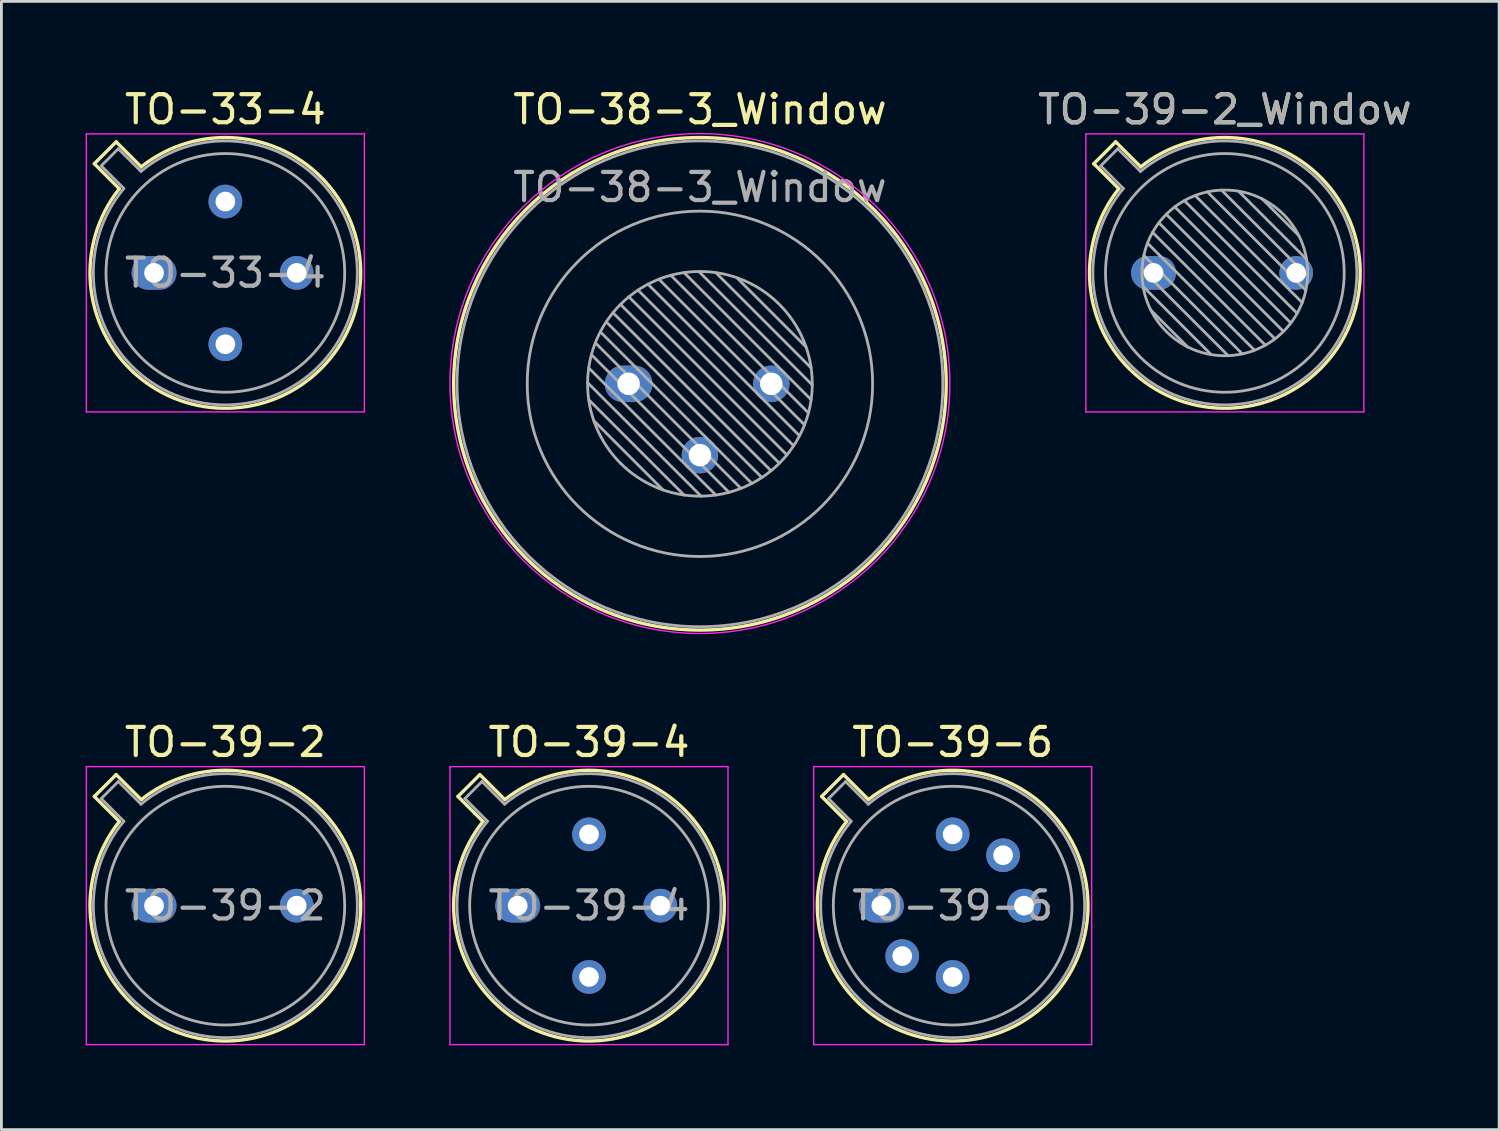
<source format=kicad_pcb>
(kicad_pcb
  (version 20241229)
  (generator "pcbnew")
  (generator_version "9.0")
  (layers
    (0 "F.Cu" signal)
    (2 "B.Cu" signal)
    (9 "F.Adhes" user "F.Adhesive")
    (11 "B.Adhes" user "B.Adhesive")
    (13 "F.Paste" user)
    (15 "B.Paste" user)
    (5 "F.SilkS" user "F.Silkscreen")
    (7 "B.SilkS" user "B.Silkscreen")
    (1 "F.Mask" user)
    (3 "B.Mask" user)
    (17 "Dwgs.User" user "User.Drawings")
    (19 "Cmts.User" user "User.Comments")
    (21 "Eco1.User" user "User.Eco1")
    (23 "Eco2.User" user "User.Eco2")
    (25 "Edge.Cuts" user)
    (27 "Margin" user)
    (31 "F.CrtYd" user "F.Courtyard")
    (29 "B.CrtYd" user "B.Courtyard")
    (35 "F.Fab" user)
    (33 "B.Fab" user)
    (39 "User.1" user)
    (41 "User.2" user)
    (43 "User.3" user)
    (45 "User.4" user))
  (footprint "TO-38-3_Window"
    (layer "F.Cu")
    (at 19.335 10.618)
    (property "Reference" "TO-38-3_Window" (at 2.54 -9.77 0) (layer "F.SilkS") (effects (font (size 1 1) (thickness 0.15))))
    (attr through_hole)
    (fp_circle (center 2.54 0) (end 11.31 0) (stroke (width 0.12) (type solid)) (fill no) (layer "F.SilkS"))
    (fp_circle (center 2.54 -0.01) (end 11.44 -0.01) (stroke (width 0.05) (type solid)) (fill no) (layer "F.CrtYd"))
    (fp_line (start -1.46 -0.041) (end 2.581 4) (stroke (width 0.1) (type solid)) (layer "F.Fab"))
    (fp_line (start -1.42 -0.566) (end 3.106 3.96) (stroke (width 0.1) (type solid)) (layer "F.Fab"))
    (fp_line (start -1.42 0.566) (end 1.974 3.96) (stroke (width 0.1) (type solid)) (layer "F.Fab"))
    (fp_line (start -1.324 -1.036) (end 3.576 3.864) (stroke (width 0.1) (type solid)) (layer "F.Fab"))
    (fp_line (start -1.239 1.313) (end 1.227 3.779) (stroke (width 0.1) (type solid)) (layer "F.Fab"))
    (fp_line (start -1.184 -1.461) (end 4.001 3.724) (stroke (width 0.1) (type solid)) (layer "F.Fab"))
    (fp_line (start -1.007 -1.85) (end 4.39 3.547) (stroke (width 0.1) (type solid)) (layer "F.Fab"))
    (fp_line (start -0.797 -2.206) (end 4.746 3.337) (stroke (width 0.1) (type solid)) (layer "F.Fab"))
    (fp_line (start -0.558 -2.532) (end 5.072 3.098) (stroke (width 0.1) (type solid)) (layer "F.Fab"))
    (fp_line (start -0.289 -2.829) (end 5.369 2.829) (stroke (width 0.1) (type solid)) (layer "F.Fab"))
    (fp_line (start -0.289 2.829) (end -0.289 2.829) (stroke (width 0.1) (type solid)) (layer "F.Fab"))
    (fp_line (start 0.008 -3.098) (end 5.638 2.532) (stroke (width 0.1) (type solid)) (layer "F.Fab"))
    (fp_line (start 0.334 -3.337) (end 5.877 2.206) (stroke (width 0.1) (type solid)) (layer "F.Fab"))
    (fp_line (start 0.69 -3.547) (end 6.087 1.85) (stroke (width 0.1) (type solid)) (layer "F.Fab"))
    (fp_line (start 1.079 -3.724) (end 6.264 1.461) (stroke (width 0.1) (type solid)) (layer "F.Fab"))
    (fp_line (start 1.504 -3.864) (end 6.404 1.036) (stroke (width 0.1) (type solid)) (layer "F.Fab"))
    (fp_line (start 1.974 -3.96) (end 6.5 0.566) (stroke (width 0.1) (type solid)) (layer "F.Fab"))
    (fp_line (start 2.499 -4) (end 6.54 0.041) (stroke (width 0.1) (type solid)) (layer "F.Fab"))
    (fp_line (start 3.106 -3.96) (end 6.5 -0.566) (stroke (width 0.1) (type solid)) (layer "F.Fab"))
    (fp_line (start 3.853 -3.779) (end 6.319 -1.313) (stroke (width 0.1) (type solid)) (layer "F.Fab"))
    (fp_circle (center 2.54 0) (end 6.54 0) (stroke (width 0.1) (type solid)) (fill no) (layer "F.Fab"))
    (fp_circle (center 2.54 0) (end 8.69 0) (stroke (width 0.1) (type solid)) (fill no) (layer "F.Fab"))
    (fp_circle (center 2.54 0) (end 11.19 0) (stroke (width 0.1) (type solid)) (fill no) (layer "F.Fab"))
    (fp_text user "${REFERENCE}" (at 2.54 -7 0) (layer "F.Fab") (effects (font (size 1 1) (thickness 0.15))))
    (pad "1" thru_hole oval (at 0 0) (size 1.7 1.3) (drill 0.8) (layers "*.Cu" "*.Mask"))
    (pad "2" thru_hole oval (at 2.54 2.54) (size 1.3 1.3) (drill 0.8) (layers "*.Cu" "*.Mask"))
    (pad "3" thru_hole oval (at 5.08 0) (size 1.3 1.3) (drill 0.8) (layers "*.Cu" "*.Mask")))
  (footprint "TO-39-4"
    (layer "F.Cu")
    (at 15.385 29.201)
    (property "Reference" "TO-39-4" (at 2.54 -5.82 0) (layer "F.SilkS") (effects (font (size 1 1) (thickness 0.15))))
    (attr through_hole)
    (fp_line (start -2.126 -3.888) (end -1.235 -2.997) (stroke (width 0.12) (type solid)) (layer "F.SilkS"))
    (fp_line (start -1.348 -4.666) (end -2.126 -3.888) (stroke (width 0.12) (type solid)) (layer "F.SilkS"))
    (fp_line (start -0.457 -3.775) (end -1.348 -4.666) (stroke (width 0.12) (type solid)) (layer "F.SilkS"))
    (fp_arc (start -0.457084 -3.774902) (mid 5.948125 3.408384) (end -1.234674 -2.997371) (stroke (width 0.12) (type solid)) (layer "F.SilkS"))
    (fp_line (start -2.41 -4.95) (end -2.41 4.95) (stroke (width 0.05) (type solid)) (layer "F.CrtYd"))
    (fp_line (start -2.41 4.95) (end 7.49 4.95) (stroke (width 0.05) (type solid)) (layer "F.CrtYd"))
    (fp_line (start 7.49 -4.95) (end -2.41 -4.95) (stroke (width 0.05) (type solid)) (layer "F.CrtYd"))
    (fp_line (start 7.49 4.95) (end 7.49 -4.95) (stroke (width 0.05) (type solid)) (layer "F.CrtYd"))
    (fp_line (start -1.88 -3.812) (end -1.074 -3.005) (stroke (width 0.1) (type solid)) (layer "F.Fab"))
    (fp_line (start -1.272 -4.42) (end -1.88 -3.812) (stroke (width 0.1) (type solid)) (layer "F.Fab"))
    (fp_line (start -0.465 -3.614) (end -1.272 -4.42) (stroke (width 0.1) (type solid)) (layer "F.Fab"))
    (fp_arc (start -0.465408 -3.61352) (mid 5.863443 3.323361) (end -1.073594 -3.005319) (stroke (width 0.1) (type solid)) (layer "F.Fab"))
    (fp_circle (center 2.54 0) (end 6.79 0) (stroke (width 0.1) (type solid)) (fill no) (layer "F.Fab"))
    (fp_text user "${REFERENCE}" (at 2.54 0 0) (layer "F.Fab") (effects (font (size 1 1) (thickness 0.15))))
    (pad "1" thru_hole oval (at 0 0) (size 1.6 1.2) (drill 0.7) (layers "*.Cu" "*.Mask"))
    (pad "2" thru_hole oval (at 2.54 2.54) (size 1.2 1.2) (drill 0.7) (layers "*.Cu" "*.Mask"))
    (pad "3" thru_hole oval (at 5.08 0) (size 1.2 1.2) (drill 0.7) (layers "*.Cu" "*.Mask"))
    (pad "4" thru_hole oval (at 2.54 -2.54) (size 1.2 1.2) (drill 0.7) (layers "*.Cu" "*.Mask")))
  (footprint "TO-39-6"
    (layer "F.Cu")
    (at 28.335 29.201)
    (property "Reference" "TO-39-6" (at 2.54 -5.82 0) (layer "F.SilkS") (effects (font (size 1 1) (thickness 0.15))))
    (attr through_hole)
    (fp_line (start -2.126 -3.888) (end -1.235 -2.997) (stroke (width 0.12) (type solid)) (layer "F.SilkS"))
    (fp_line (start -1.348 -4.666) (end -2.126 -3.888) (stroke (width 0.12) (type solid)) (layer "F.SilkS"))
    (fp_line (start -0.457 -3.775) (end -1.348 -4.666) (stroke (width 0.12) (type solid)) (layer "F.SilkS"))
    (fp_arc (start -0.457084 -3.774902) (mid 5.948125 3.408384) (end -1.234674 -2.997371) (stroke (width 0.12) (type solid)) (layer "F.SilkS"))
    (fp_line (start -2.41 -4.95) (end -2.41 4.95) (stroke (width 0.05) (type solid)) (layer "F.CrtYd"))
    (fp_line (start -2.41 4.95) (end 7.49 4.95) (stroke (width 0.05) (type solid)) (layer "F.CrtYd"))
    (fp_line (start 7.49 -4.95) (end -2.41 -4.95) (stroke (width 0.05) (type solid)) (layer "F.CrtYd"))
    (fp_line (start 7.49 4.95) (end 7.49 -4.95) (stroke (width 0.05) (type solid)) (layer "F.CrtYd"))
    (fp_line (start -1.88 -3.812) (end -1.074 -3.005) (stroke (width 0.1) (type solid)) (layer "F.Fab"))
    (fp_line (start -1.272 -4.42) (end -1.88 -3.812) (stroke (width 0.1) (type solid)) (layer "F.Fab"))
    (fp_line (start -0.465 -3.614) (end -1.272 -4.42) (stroke (width 0.1) (type solid)) (layer "F.Fab"))
    (fp_arc (start -0.465408 -3.61352) (mid 5.863443 3.323361) (end -1.073594 -3.005319) (stroke (width 0.1) (type solid)) (layer "F.Fab"))
    (fp_circle (center 2.54 0) (end 6.79 0) (stroke (width 0.1) (type solid)) (fill no) (layer "F.Fab"))
    (fp_text user "${REFERENCE}" (at 2.54 0 0) (layer "F.Fab") (effects (font (size 1 1) (thickness 0.15))))
    (pad "1" thru_hole oval (at 0 0) (size 1.6 1.2) (drill 0.7) (layers "*.Cu" "*.Mask"))
    (pad "2" thru_hole oval (at 0.744 1.796) (size 1.2 1.2) (drill 0.7) (layers "*.Cu" "*.Mask"))
    (pad "3" thru_hole oval (at 2.54 2.54) (size 1.2 1.2) (drill 0.7) (layers "*.Cu" "*.Mask"))
    (pad "4" thru_hole oval (at 5.08 0) (size 1.2 1.2) (drill 0.7) (layers "*.Cu" "*.Mask"))
    (pad "5" thru_hole oval (at 4.336 -1.796) (size 1.2 1.2) (drill 0.7) (layers "*.Cu" "*.Mask"))
    (pad "6" thru_hole oval (at 2.54 -2.54) (size 1.2 1.2) (drill 0.7) (layers "*.Cu" "*.Mask")))
  (footprint "TO-39-2"
    (layer "F.Cu")
    (at 2.435 29.201)
    (property "Reference" "TO-39-2" (at 2.54 -5.82 0) (layer "F.SilkS") (effects (font (size 1 1) (thickness 0.15))))
    (attr through_hole)
    (fp_line (start -2.126 -3.888) (end -1.235 -2.997) (stroke (width 0.12) (type solid)) (layer "F.SilkS"))
    (fp_line (start -1.348 -4.666) (end -2.126 -3.888) (stroke (width 0.12) (type solid)) (layer "F.SilkS"))
    (fp_line (start -0.457 -3.775) (end -1.348 -4.666) (stroke (width 0.12) (type solid)) (layer "F.SilkS"))
    (fp_arc (start -0.457084 -3.774902) (mid 5.948125 3.408384) (end -1.234674 -2.997371) (stroke (width 0.12) (type solid)) (layer "F.SilkS"))
    (fp_line (start -2.41 -4.95) (end -2.41 4.95) (stroke (width 0.05) (type solid)) (layer "F.CrtYd"))
    (fp_line (start -2.41 4.95) (end 7.49 4.95) (stroke (width 0.05) (type solid)) (layer "F.CrtYd"))
    (fp_line (start 7.49 -4.95) (end -2.41 -4.95) (stroke (width 0.05) (type solid)) (layer "F.CrtYd"))
    (fp_line (start 7.49 4.95) (end 7.49 -4.95) (stroke (width 0.05) (type solid)) (layer "F.CrtYd"))
    (fp_line (start -1.88 -3.812) (end -1.074 -3.005) (stroke (width 0.1) (type solid)) (layer "F.Fab"))
    (fp_line (start -1.272 -4.42) (end -1.88 -3.812) (stroke (width 0.1) (type solid)) (layer "F.Fab"))
    (fp_line (start -0.465 -3.614) (end -1.272 -4.42) (stroke (width 0.1) (type solid)) (layer "F.Fab"))
    (fp_arc (start -0.465408 -3.61352) (mid 5.863443 3.323361) (end -1.073594 -3.005319) (stroke (width 0.1) (type solid)) (layer "F.Fab"))
    (fp_circle (center 2.54 0) (end 6.79 0) (stroke (width 0.1) (type solid)) (fill no) (layer "F.Fab"))
    (fp_text user "${REFERENCE}" (at 2.54 0 0) (layer "F.Fab") (effects (font (size 1 1) (thickness 0.15))))
    (pad "1" thru_hole oval (at 0 0) (size 1.6 1.2) (drill 0.7) (layers "*.Cu" "*.Mask"))
    (pad "2" thru_hole oval (at 5.08 0) (size 1.2 1.2) (drill 0.7) (layers "*.Cu" "*.Mask")))
  (footprint "TO-33-4"
    (layer "F.Cu")
    (at 2.435 6.668)
    (property "Reference" "TO-33-4" (at 2.54 -5.82 0) (layer "F.SilkS") (effects (font (size 1 1) (thickness 0.15))))
    (attr through_hole)
    (fp_line (start -2.126 -3.888) (end -1.235 -2.997) (stroke (width 0.12) (type solid)) (layer "F.SilkS"))
    (fp_line (start -1.348 -4.666) (end -2.126 -3.888) (stroke (width 0.12) (type solid)) (layer "F.SilkS"))
    (fp_line (start -0.457 -3.775) (end -1.348 -4.666) (stroke (width 0.12) (type solid)) (layer "F.SilkS"))
    (fp_arc (start -0.457084 -3.774902) (mid 5.948125 3.408384) (end -1.234674 -2.997371) (stroke (width 0.12) (type solid)) (layer "F.SilkS"))
    (fp_line (start -2.41 -4.95) (end -2.41 4.95) (stroke (width 0.05) (type solid)) (layer "F.CrtYd"))
    (fp_line (start -2.41 4.95) (end 7.49 4.95) (stroke (width 0.05) (type solid)) (layer "F.CrtYd"))
    (fp_line (start 7.49 -4.95) (end -2.41 -4.95) (stroke (width 0.05) (type solid)) (layer "F.CrtYd"))
    (fp_line (start 7.49 4.95) (end 7.49 -4.95) (stroke (width 0.05) (type solid)) (layer "F.CrtYd"))
    (fp_line (start -1.88 -3.812) (end -1.074 -3.005) (stroke (width 0.1) (type solid)) (layer "F.Fab"))
    (fp_line (start -1.272 -4.42) (end -1.88 -3.812) (stroke (width 0.1) (type solid)) (layer "F.Fab"))
    (fp_line (start -0.465 -3.614) (end -1.272 -4.42) (stroke (width 0.1) (type solid)) (layer "F.Fab"))
    (fp_arc (start -0.465408 -3.61352) (mid 5.863443 3.323361) (end -1.073594 -3.005319) (stroke (width 0.1) (type solid)) (layer "F.Fab"))
    (fp_circle (center 2.54 0) (end 6.79 0) (stroke (width 0.1) (type solid)) (fill no) (layer "F.Fab"))
    (fp_text user "${REFERENCE}" (at 2.54 0 0) (layer "F.Fab") (effects (font (size 1 1) (thickness 0.15))))
    (pad "1" thru_hole oval (at 0 0) (size 1.6 1.2) (drill 0.7) (layers "*.Cu" "*.Mask"))
    (pad "2" thru_hole oval (at 2.54 2.54) (size 1.2 1.2) (drill 0.7) (layers "*.Cu" "*.Mask"))
    (pad "3" thru_hole oval (at 5.08 0) (size 1.2 1.2) (drill 0.7) (layers "*.Cu" "*.Mask"))
    (pad "4" thru_hole oval (at 2.54 -2.54) (size 1.2 1.2) (drill 0.7) (layers "*.Cu" "*.Mask")))
  (footprint "TO-39-2_Window"
    (layer "F.Cu")
    (at 38.028 6.668)
    (property "Reference" "TO-39-2_Window" (at 2.54 -5.82 0) (layer "F.SilkS") (effects (font (size 1 1) (thickness 0.15))))
    (attr through_hole)
    (fp_line (start -2.126 -3.888) (end -1.235 -2.997) (stroke (width 0.12) (type solid)) (layer "F.SilkS"))
    (fp_line (start -1.348 -4.666) (end -2.126 -3.888) (stroke (width 0.12) (type solid)) (layer "F.SilkS"))
    (fp_line (start -0.457 -3.775) (end -1.348 -4.666) (stroke (width 0.12) (type solid)) (layer "F.SilkS"))
    (fp_arc (start -0.457084 -3.774902) (mid 5.948125 3.408384) (end -1.234674 -2.997371) (stroke (width 0.12) (type solid)) (layer "F.SilkS"))
    (fp_line (start -2.41 -4.95) (end -2.41 4.95) (stroke (width 0.05) (type solid)) (layer "F.CrtYd"))
    (fp_line (start -2.41 4.95) (end 7.49 4.95) (stroke (width 0.05) (type solid)) (layer "F.CrtYd"))
    (fp_line (start 7.49 -4.95) (end -2.41 -4.95) (stroke (width 0.05) (type solid)) (layer "F.CrtYd"))
    (fp_line (start 7.49 4.95) (end 7.49 -4.95) (stroke (width 0.05) (type solid)) (layer "F.CrtYd"))
    (fp_line (start -1.88 -3.812) (end -1.074 -3.005) (stroke (width 0.1) (type solid)) (layer "F.Fab"))
    (fp_line (start -1.272 -4.42) (end -1.88 -3.812) (stroke (width 0.1) (type solid)) (layer "F.Fab"))
    (fp_line (start -0.465 -3.614) (end -1.272 -4.42) (stroke (width 0.1) (type solid)) (layer "F.Fab"))
    (fp_line (start -0.408 -0.12) (end 2.66 2.948) (stroke (width 0.1) (type solid)) (layer "F.Fab"))
    (fp_line (start -0.371 0.485) (end 2.055 2.911) (stroke (width 0.1) (type solid)) (layer "F.Fab"))
    (fp_line (start -0.344 -0.622) (end 3.162 2.884) (stroke (width 0.1) (type solid)) (layer "F.Fab"))
    (fp_line (start -0.215 -1.058) (end 3.598 2.755) (stroke (width 0.1) (type solid)) (layer "F.Fab"))
    (fp_line (start -0.097 1.324) (end 1.216 2.637) (stroke (width 0.1) (type solid)) (layer "F.Fab"))
    (fp_line (start -0.034 -1.443) (end 3.983 2.574) (stroke (width 0.1) (type solid)) (layer "F.Fab"))
    (fp_line (start 0.19 -1.784) (end 4.324 2.35) (stroke (width 0.1) (type solid)) (layer "F.Fab"))
    (fp_line (start 0.454 -2.086) (end 4.626 2.086) (stroke (width 0.1) (type solid)) (layer "F.Fab"))
    (fp_line (start 0.756 -2.35) (end 4.89 1.784) (stroke (width 0.1) (type solid)) (layer "F.Fab"))
    (fp_line (start 1.097 -2.574) (end 5.114 1.443) (stroke (width 0.1) (type solid)) (layer "F.Fab"))
    (fp_line (start 1.482 -2.755) (end 5.295 1.058) (stroke (width 0.1) (type solid)) (layer "F.Fab"))
    (fp_line (start 1.918 -2.884) (end 5.424 0.622) (stroke (width 0.1) (type solid)) (layer "F.Fab"))
    (fp_line (start 2.42 -2.948) (end 5.488 0.12) (stroke (width 0.1) (type solid)) (layer "F.Fab"))
    (fp_line (start 3.025 -2.911) (end 5.451 -0.485) (stroke (width 0.1) (type solid)) (layer "F.Fab"))
    (fp_line (start 3.864 -2.637) (end 5.177 -1.324) (stroke (width 0.1) (type solid)) (layer "F.Fab"))
    (fp_arc (start -0.465408 -3.61352) (mid 5.863443 3.323361) (end -1.073594 -3.005319) (stroke (width 0.1) (type solid)) (layer "F.Fab"))
    (fp_circle (center 2.54 0) (end 5.49 0) (stroke (width 0.1) (type solid)) (fill no) (layer "F.Fab"))
    (fp_circle (center 2.54 0) (end 6.79 0) (stroke (width 0.1) (type solid)) (fill no) (layer "F.Fab"))
    (fp_text user "${REFERENCE}" (at 2.54 -5.82 0) (layer "F.Fab") (effects (font (size 1 1) (thickness 0.15))))
    (pad "1" thru_hole oval (at 0 0) (size 1.6 1.2) (drill 0.7) (layers "*.Cu" "*.Mask"))
    (pad "2" thru_hole oval (at 5.08 0) (size 1.2 1.2) (drill 0.7) (layers "*.Cu" "*.Mask")))
  (gr_rect
    (start -3 -3)
    (end 50.336 37.176)
    (stroke (width 0.1) (type default))
    (fill no)
    (layer "Edge.Cuts")))
</source>
